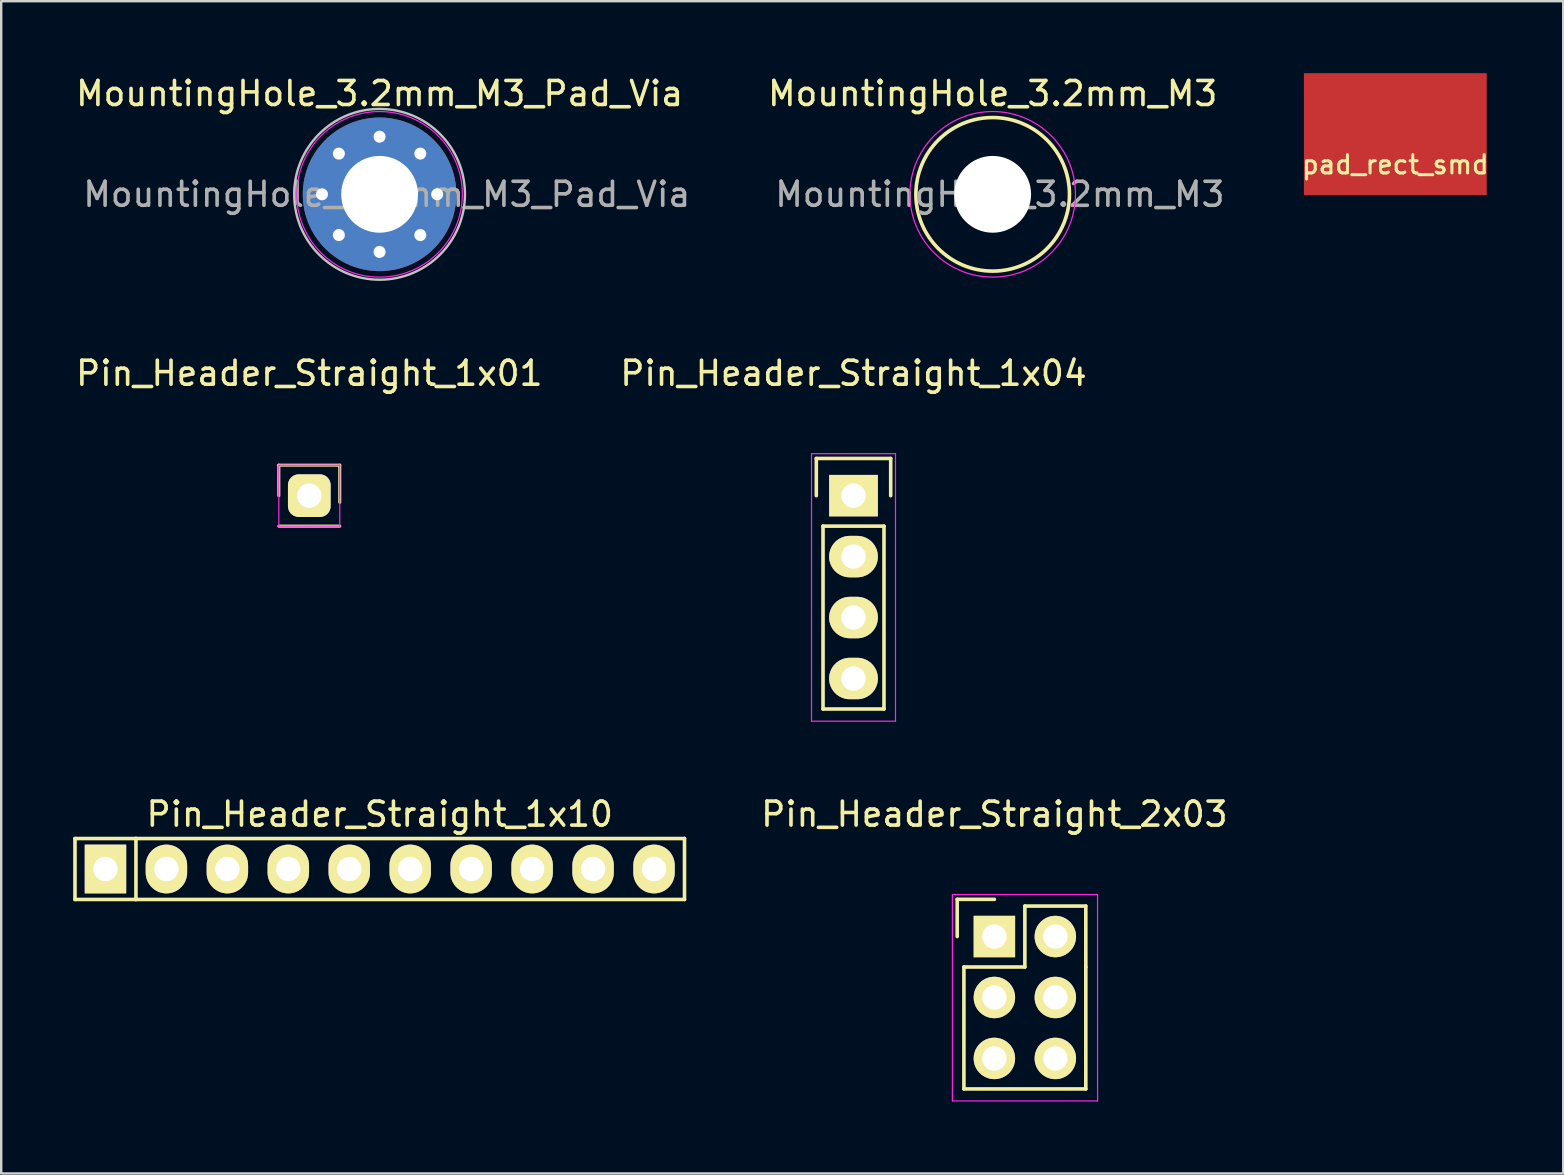
<source format=kicad_pcb>
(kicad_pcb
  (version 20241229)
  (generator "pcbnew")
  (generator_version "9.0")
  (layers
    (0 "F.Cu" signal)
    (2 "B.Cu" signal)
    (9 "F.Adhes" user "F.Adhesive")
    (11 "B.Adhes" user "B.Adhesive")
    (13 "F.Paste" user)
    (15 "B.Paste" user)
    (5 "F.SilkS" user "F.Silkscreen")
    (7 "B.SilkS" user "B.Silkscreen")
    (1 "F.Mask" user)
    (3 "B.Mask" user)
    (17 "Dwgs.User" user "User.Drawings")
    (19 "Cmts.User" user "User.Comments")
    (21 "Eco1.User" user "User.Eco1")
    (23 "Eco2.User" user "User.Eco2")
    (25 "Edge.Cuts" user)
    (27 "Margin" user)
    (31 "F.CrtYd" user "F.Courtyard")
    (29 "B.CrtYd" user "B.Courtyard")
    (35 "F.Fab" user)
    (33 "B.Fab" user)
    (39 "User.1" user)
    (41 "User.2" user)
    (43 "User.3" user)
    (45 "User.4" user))
  (footprint "Pin_Header_Straight_1x01"
    (layer "F.Cu")
    (at 9.839 17.605)
    (property "Reference" "Pin_Header_Straight_1x01" (at 0 -5.1 0) (layer "F.SilkS") (effects (font (size 1 1) (thickness 0.15))))
    (attr through_hole)
    (fp_line (start -1.27 -1.27) (end 1.27 -1.27) (stroke (width 0.127) (type solid)) (layer "F.SilkS"))
    (fp_line (start -1.27 0) (end -1.27 -1.27) (stroke (width 0.127) (type solid)) (layer "F.SilkS"))
    (fp_line (start -1.27 1.27) (end 1.27 1.27) (stroke (width 0.127) (type solid)) (layer "F.SilkS"))
    (fp_line (start 1.27 -1.27) (end 1.27 0.28) (stroke (width 0.127) (type solid)) (layer "F.SilkS"))
    (fp_line (start -1.27 -1.27) (end -1.27 1.27) (stroke (width 0.051) (type solid)) (layer "F.CrtYd"))
    (fp_line (start -1.27 -1.27) (end 1.27 -1.27) (stroke (width 0.051) (type solid)) (layer "F.CrtYd"))
    (fp_line (start -1.27 1.27) (end 1.27 1.27) (stroke (width 0.051) (type solid)) (layer "F.CrtYd"))
    (fp_line (start 1.27 -1.27) (end 1.27 1.27) (stroke (width 0.051) (type solid)) (layer "F.CrtYd"))
    (pad "1" thru_hole roundrect (at 0 0) (size 1.778 1.778) (drill 1.016) (layers "*.Cu" "*.Mask" "F.SilkS") (roundrect_rratio 0.25)))
  (footprint "MountingHole_3.2mm_M3"
    (layer "F.Cu")
    (at 38.318 5.048)
    (property "Reference" "MountingHole_3.2mm_M3" (at 0 -4.2 0) (layer "F.SilkS") (effects (font (size 1 1) (thickness 0.15))))
    (attr exclude_from_pos_files exclude_from_bom)
    (fp_circle (center 0 0) (end 3.2 0) (stroke (width 0.15) (type solid)) (fill no) (layer "F.SilkS"))
    (fp_circle (center 0 0) (end 3.45 0) (stroke (width 0.05) (type solid)) (fill no) (layer "F.CrtYd"))
    (fp_text user "${REFERENCE}" (at 0.3 0 0) (layer "F.Fab") (effects (font (size 1 1) (thickness 0.15))))
    (pad "" np_thru_hole circle (at 0 0) (size 3.2 3.2) (drill 3.2) (layers "*.Cu" "*.Mask")))
  (footprint "MountingHole_3.2mm_M3_Pad_Via"
    (layer "F.Cu")
    (at 12.768 5.048)
    (property "Reference" "MountingHole_3.2mm_M3_Pad_Via" (at 0 -4.2 0) (layer "F.SilkS") (effects (font (size 1 1) (thickness 0.15))))
    (attr exclude_from_pos_files exclude_from_bom)
    (fp_circle (center 0 0) (end 3.556 0.127) (stroke (width 0.1) (type solid)) (fill no) (layer "Dwgs.User"))
    (fp_circle (center 0 0) (end 3.45 0) (stroke (width 0.05) (type solid)) (fill no) (layer "F.CrtYd"))
    (fp_text user "${REFERENCE}" (at 0.3 0 0) (layer "F.Fab") (effects (font (size 1 1) (thickness 0.15))))
    (pad "1" thru_hole circle (at -2.4 0) (size 0.8 0.8) (drill 0.5) (layers "*.Cu" "*.Mask"))
    (pad "1" thru_hole circle (at -1.697 -1.697) (size 0.8 0.8) (drill 0.5) (layers "*.Cu" "*.Mask"))
    (pad "1" thru_hole circle (at -1.697 1.697) (size 0.8 0.8) (drill 0.5) (layers "*.Cu" "*.Mask"))
    (pad "1" thru_hole circle (at 0 -2.4) (size 0.8 0.8) (drill 0.5) (layers "*.Cu" "*.Mask"))
    (pad "1" thru_hole circle (at 0 0) (size 6.4 6.4) (drill 3.2) (layers "*.Cu" "*.Mask"))
    (pad "1" thru_hole circle (at 0 2.4) (size 0.8 0.8) (drill 0.5) (layers "*.Cu" "*.Mask"))
    (pad "1" thru_hole circle (at 1.697 -1.697) (size 0.8 0.8) (drill 0.5) (layers "*.Cu" "*.Mask"))
    (pad "1" thru_hole circle (at 1.697 1.697) (size 0.8 0.8) (drill 0.5) (layers "*.Cu" "*.Mask"))
    (pad "1" thru_hole circle (at 2.4 0) (size 0.8 0.8) (drill 0.5) (layers "*.Cu" "*.Mask")))
  (footprint "Pin_Header_Straight_2x03"
    (layer "F.Cu")
    (at 38.389 35.978)
    (property "Reference" "Pin_Header_Straight_2x03" (at 0 -5.1 0) (layer "F.SilkS") (effects (font (size 1 1) (thickness 0.15))))
    (attr through_hole)
    (fp_line (start -1.55 -1.55) (end -1.55 0) (stroke (width 0.15) (type solid)) (layer "F.SilkS"))
    (fp_line (start -1.55 -1.55) (end 0 -1.55) (stroke (width 0.15) (type solid)) (layer "F.SilkS"))
    (fp_line (start -1.27 1.27) (end -1.27 6.35) (stroke (width 0.15) (type solid)) (layer "F.SilkS"))
    (fp_line (start -1.27 6.35) (end 3.81 6.35) (stroke (width 0.15) (type solid)) (layer "F.SilkS"))
    (fp_line (start 1.27 -1.27) (end 1.27 1.27) (stroke (width 0.15) (type solid)) (layer "F.SilkS"))
    (fp_line (start 1.27 1.27) (end -1.27 1.27) (stroke (width 0.15) (type solid)) (layer "F.SilkS"))
    (fp_line (start 3.81 -1.27) (end 1.27 -1.27) (stroke (width 0.15) (type solid)) (layer "F.SilkS"))
    (fp_line (start 3.81 1.27) (end 3.81 -1.27) (stroke (width 0.15) (type solid)) (layer "F.SilkS"))
    (fp_line (start 3.81 6.35) (end 3.81 1.27) (stroke (width 0.15) (type solid)) (layer "F.SilkS"))
    (fp_line (start -1.75 -1.75) (end -1.75 6.85) (stroke (width 0.05) (type solid)) (layer "F.CrtYd"))
    (fp_line (start -1.75 -1.75) (end 4.3 -1.75) (stroke (width 0.05) (type solid)) (layer "F.CrtYd"))
    (fp_line (start -1.75 6.85) (end 4.3 6.85) (stroke (width 0.05) (type solid)) (layer "F.CrtYd"))
    (fp_line (start 4.3 -1.75) (end 4.3 6.85) (stroke (width 0.05) (type solid)) (layer "F.CrtYd"))
    (pad "1" thru_hole rect (at 0 0) (size 1.727 1.727) (drill 1.016) (layers "*.Cu" "*.Mask" "F.SilkS"))
    (pad "2" thru_hole oval (at 2.54 0) (size 1.727 1.727) (drill 1.016) (layers "*.Cu" "*.Mask" "F.SilkS"))
    (pad "3" thru_hole oval (at 0 2.54) (size 1.727 1.727) (drill 1.016) (layers "*.Cu" "*.Mask" "F.SilkS"))
    (pad "4" thru_hole oval (at 2.54 2.54) (size 1.727 1.727) (drill 1.016) (layers "*.Cu" "*.Mask" "F.SilkS"))
    (pad "5" thru_hole oval (at 0 5.08) (size 1.727 1.727) (drill 1.016) (layers "*.Cu" "*.Mask" "F.SilkS"))
    (pad "6" thru_hole oval (at 2.54 5.08) (size 1.727 1.727) (drill 1.016) (layers "*.Cu" "*.Mask" "F.SilkS")))
  (footprint "Pin_Header_Straight_1x04"
    (layer "F.Cu")
    (at 32.518 17.605)
    (property "Reference" "Pin_Header_Straight_1x04" (at 0 -5.1 0) (layer "F.SilkS") (effects (font (size 1 1) (thickness 0.15))))
    (attr through_hole)
    (fp_line (start -1.55 -1.55) (end 1.55 -1.55) (stroke (width 0.15) (type solid)) (layer "F.SilkS"))
    (fp_line (start -1.55 0) (end -1.55 -1.55) (stroke (width 0.15) (type solid)) (layer "F.SilkS"))
    (fp_line (start -1.27 1.27) (end -1.27 8.89) (stroke (width 0.15) (type solid)) (layer "F.SilkS"))
    (fp_line (start -1.27 8.89) (end 1.27 8.89) (stroke (width 0.15) (type solid)) (layer "F.SilkS"))
    (fp_line (start 1.27 1.27) (end -1.27 1.27) (stroke (width 0.15) (type solid)) (layer "F.SilkS"))
    (fp_line (start 1.27 1.27) (end 1.27 8.89) (stroke (width 0.15) (type solid)) (layer "F.SilkS"))
    (fp_line (start 1.55 -1.55) (end 1.55 0) (stroke (width 0.15) (type solid)) (layer "F.SilkS"))
    (fp_line (start -1.75 -1.75) (end -1.75 9.4) (stroke (width 0.05) (type solid)) (layer "F.CrtYd"))
    (fp_line (start -1.75 -1.75) (end 1.75 -1.75) (stroke (width 0.05) (type solid)) (layer "F.CrtYd"))
    (fp_line (start -1.75 9.4) (end 1.75 9.4) (stroke (width 0.05) (type solid)) (layer "F.CrtYd"))
    (fp_line (start 1.75 -1.75) (end 1.75 9.4) (stroke (width 0.05) (type solid)) (layer "F.CrtYd"))
    (pad "1" thru_hole rect (at 0 0) (size 2.032 1.727) (drill 1.016) (layers "*.Cu" "*.Mask" "F.SilkS"))
    (pad "2" thru_hole oval (at 0 2.54) (size 2.032 1.727) (drill 1.016) (layers "*.Cu" "*.Mask" "F.SilkS"))
    (pad "3" thru_hole oval (at 0 5.08) (size 2.032 1.727) (drill 1.016) (layers "*.Cu" "*.Mask" "F.SilkS"))
    (pad "4" thru_hole oval (at 0 7.62) (size 2.032 1.727) (drill 1.016) (layers "*.Cu" "*.Mask" "F.SilkS")))
  (footprint "Pin_Header_Straight_1x10"
    (layer "F.Cu")
    (at 12.775 33.164)
    (property "Reference" "Pin_Header_Straight_1x10" (at 0 -2.286 0) (layer "F.SilkS") (effects (font (size 1 1) (thickness 0.15))))
    (attr through_hole)
    (fp_line (start -12.7 -1.27) (end -12.7 1.27) (stroke (width 0.15) (type solid)) (layer "F.SilkS"))
    (fp_line (start -12.7 -1.27) (end -10.16 -1.27) (stroke (width 0.15) (type solid)) (layer "F.SilkS"))
    (fp_line (start -12.7 1.27) (end -10.16 1.27) (stroke (width 0.15) (type solid)) (layer "F.SilkS"))
    (fp_line (start -10.16 -1.27) (end -10.16 1.27) (stroke (width 0.15) (type solid)) (layer "F.SilkS"))
    (fp_line (start -10.16 -1.27) (end 12.7 -1.27) (stroke (width 0.15) (type solid)) (layer "F.SilkS"))
    (fp_line (start 12.7 -1.27) (end 12.7 1.27) (stroke (width 0.15) (type solid)) (layer "F.SilkS"))
    (fp_line (start 12.7 1.27) (end -10.16 1.27) (stroke (width 0.15) (type solid)) (layer "F.SilkS"))
    (pad "1" thru_hole rect (at -11.43 0) (size 1.727 2.032) (drill 1.016) (layers "*.Cu" "*.Mask" "F.SilkS"))
    (pad "2" thru_hole oval (at -8.89 0) (size 1.727 2.032) (drill 1.016) (layers "*.Cu" "*.Mask" "F.SilkS"))
    (pad "3" thru_hole oval (at -6.35 0) (size 1.727 2.032) (drill 1.016) (layers "*.Cu" "*.Mask" "F.SilkS"))
    (pad "4" thru_hole oval (at -3.81 0) (size 1.727 2.032) (drill 1.016) (layers "*.Cu" "*.Mask" "F.SilkS"))
    (pad "5" thru_hole oval (at -1.27 0) (size 1.727 2.032) (drill 1.016) (layers "*.Cu" "*.Mask" "F.SilkS"))
    (pad "6" thru_hole oval (at 1.27 0) (size 1.727 2.032) (drill 1.016) (layers "*.Cu" "*.Mask" "F.SilkS"))
    (pad "7" thru_hole oval (at 3.81 0) (size 1.727 2.032) (drill 1.016) (layers "*.Cu" "*.Mask" "F.SilkS"))
    (pad "8" thru_hole oval (at 6.35 0) (size 1.727 2.032) (drill 1.016) (layers "*.Cu" "*.Mask" "F.SilkS"))
    (pad "9" thru_hole oval (at 8.89 0) (size 1.727 2.032) (drill 1.016) (layers "*.Cu" "*.Mask" "F.SilkS"))
    (pad "10" thru_hole oval (at 11.43 0) (size 1.727 2.032) (drill 1.016) (layers "*.Cu" "*.Mask" "F.SilkS")))
  (footprint "pad_rect_smd"
    (layer "F.Cu")
    (at 55.097 2.54)
    (property "Reference" "pad_rect_smd" (at 0 1.27 0) (layer "F.SilkS") (effects (font (size 0.762 0.762) (thickness 0.127))))
    (attr through_hole)
    (pad "1" smd rect (at 0 0) (size 7.62 5.08) (layers "F.Cu" "F.Mask" "F.Paste")))
  (gr_rect
    (start -3 -3)
    (end 62.094 45.853)
    (stroke (width 0.1) (type default))
    (fill no)
    (layer "Edge.Cuts")))
</source>
